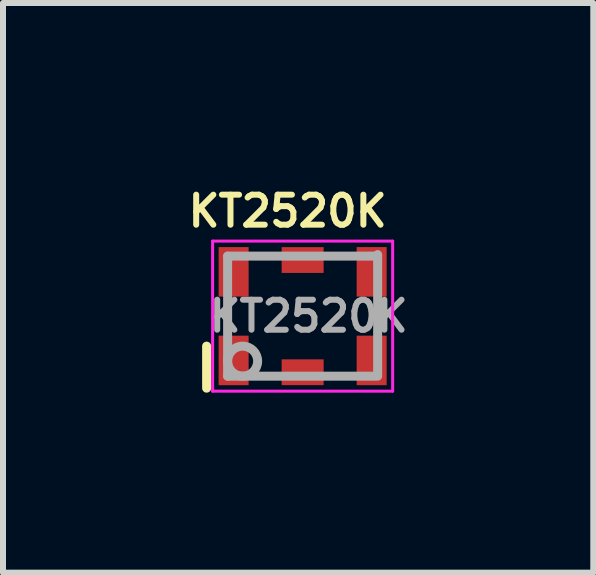
<source format=kicad_pcb>
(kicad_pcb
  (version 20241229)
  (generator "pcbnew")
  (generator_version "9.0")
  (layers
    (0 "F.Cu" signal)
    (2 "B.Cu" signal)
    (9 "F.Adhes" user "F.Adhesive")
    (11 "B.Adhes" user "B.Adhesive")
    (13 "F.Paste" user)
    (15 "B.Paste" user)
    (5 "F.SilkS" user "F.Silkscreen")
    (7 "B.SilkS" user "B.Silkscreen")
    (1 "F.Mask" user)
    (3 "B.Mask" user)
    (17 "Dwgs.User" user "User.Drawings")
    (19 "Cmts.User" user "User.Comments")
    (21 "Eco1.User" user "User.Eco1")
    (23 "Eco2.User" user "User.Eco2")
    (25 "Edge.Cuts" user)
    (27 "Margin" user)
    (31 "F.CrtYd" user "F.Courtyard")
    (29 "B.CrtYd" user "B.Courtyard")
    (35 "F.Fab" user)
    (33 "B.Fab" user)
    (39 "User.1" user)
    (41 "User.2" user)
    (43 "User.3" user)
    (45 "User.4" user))
  (footprint "KT2520K"
    (layer "F.Cu")
    (at 1.993 2.218)
    (property "Reference" "KT2520K" (at -0.25 -1.75 0) (layer "F.SilkS") (effects (font (size 0.5 0.5) (thickness 0.1))))
    (attr smd)
    (fp_line (start -1.6 0.5) (end -1.6 1.2) (stroke (width 0.15) (type solid)) (layer "F.SilkS"))
    (fp_line (start -1.5 -1.25) (end 1.5 -1.25) (stroke (width 0.05) (type solid)) (layer "F.CrtYd"))
    (fp_line (start -1.5 1.25) (end -1.5 -1.25) (stroke (width 0.05) (type solid)) (layer "F.CrtYd"))
    (fp_line (start 1.5 -1.25) (end 1.5 1.25) (stroke (width 0.05) (type solid)) (layer "F.CrtYd"))
    (fp_line (start 1.5 1.25) (end -1.5 1.25) (stroke (width 0.05) (type solid)) (layer "F.CrtYd"))
    (fp_line (start -1.25 -1) (end 1.25 -1) (stroke (width 0.15) (type solid)) (layer "F.Fab"))
    (fp_line (start -1.25 1) (end -1.25 -1) (stroke (width 0.15) (type solid)) (layer "F.Fab"))
    (fp_line (start 1.25 -1.025) (end 1.25 0.975) (stroke (width 0.15) (type solid)) (layer "F.Fab"))
    (fp_line (start 1.25 1) (end -1.25 1) (stroke (width 0.15) (type solid)) (layer "F.Fab"))
    (fp_circle (center -1 0.75) (end -0.75 0.75) (stroke (width 0.15) (type solid)) (fill no) (layer "F.Fab"))
    (fp_text user "${REFERENCE}" (at 0.1 0 0) (layer "F.Fab") (effects (font (size 0.5 0.5) (thickness 0.1))))
    (pad "1" smd rect (at -1.15 0.738) (size 0.5 0.825) (layers "F.Cu" "F.Mask" "F.Paste"))
    (pad "2" smd rect (at 0 0.935) (size 0.7 0.43) (layers "F.Cu" "F.Mask" "F.Paste"))
    (pad "3" smd rect (at 1.15 0.738) (size 0.5 0.825) (layers "F.Cu" "F.Mask" "F.Paste"))
    (pad "4" smd rect (at 1.15 -0.738) (size 0.5 0.825) (layers "F.Cu" "F.Mask" "F.Paste"))
    (pad "5" smd rect (at 0 -0.935) (size 0.7 0.43) (layers "F.Cu" "F.Mask" "F.Paste"))
    (pad "6" smd rect (at -1.15 -0.738) (size 0.5 0.825) (layers "F.Cu" "F.Mask" "F.Paste")))
  (gr_rect
    (start -3 -3)
    (end 6.836 6.493)
    (stroke (width 0.1) (type default))
    (fill no)
    (layer "Edge.Cuts")))
</source>
